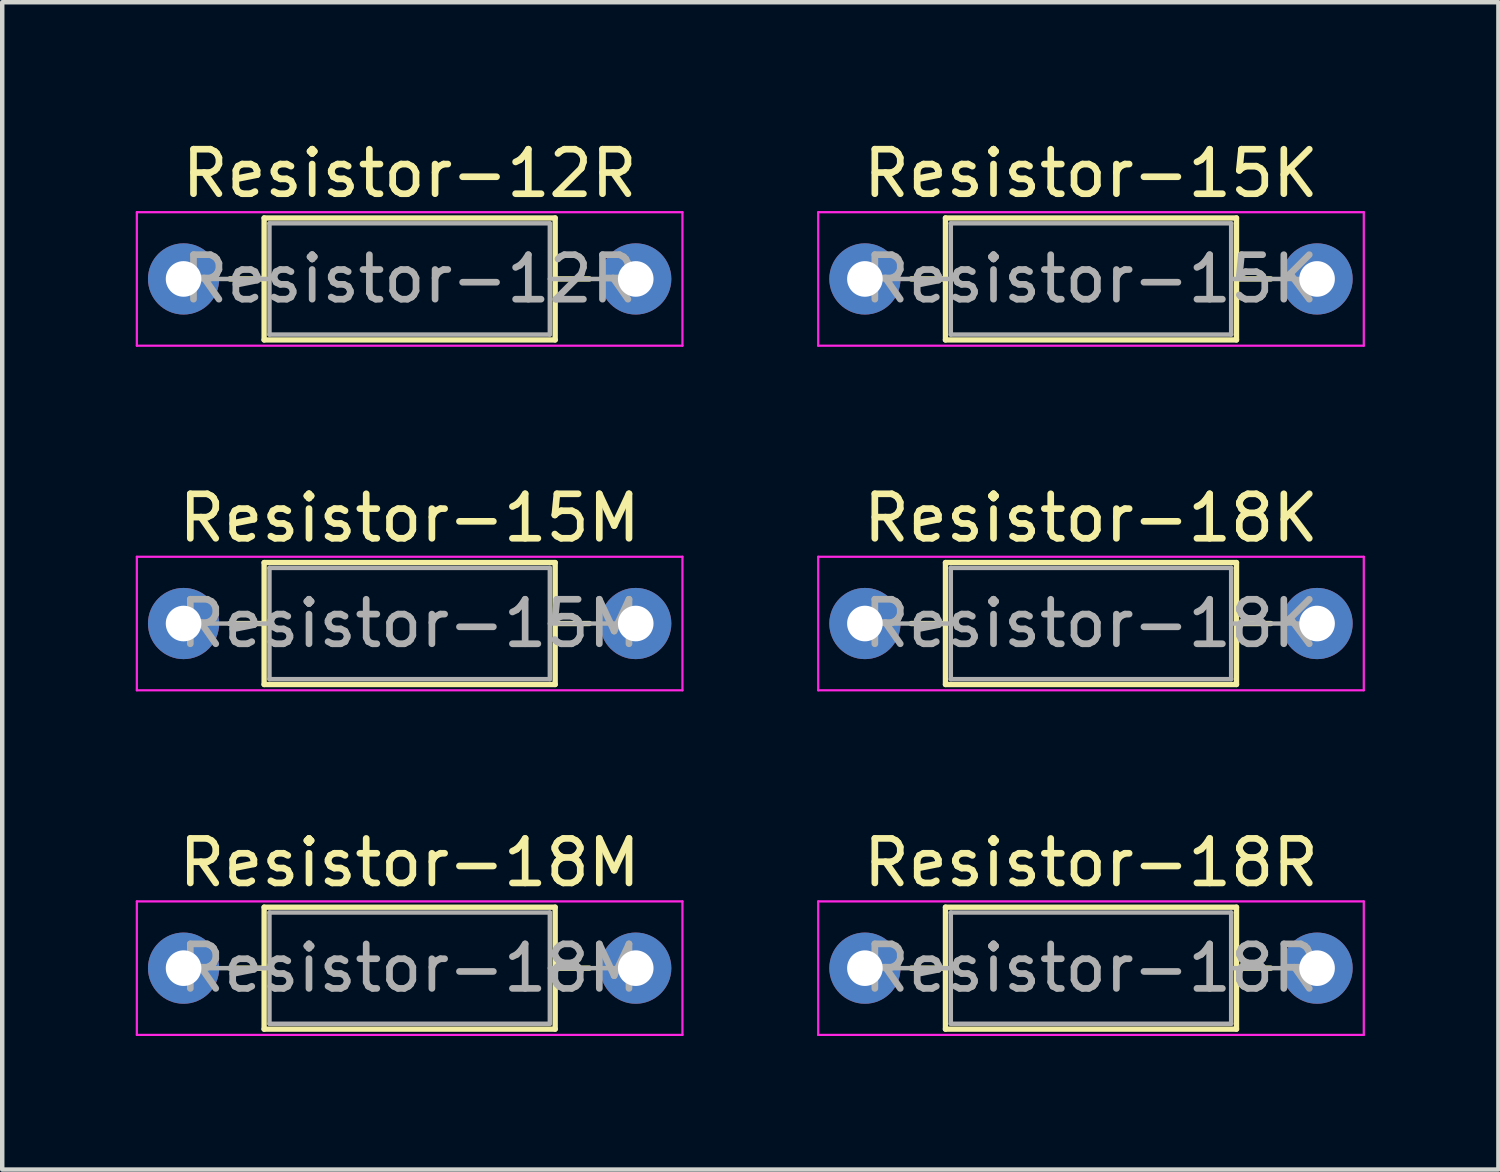
<source format=kicad_pcb>
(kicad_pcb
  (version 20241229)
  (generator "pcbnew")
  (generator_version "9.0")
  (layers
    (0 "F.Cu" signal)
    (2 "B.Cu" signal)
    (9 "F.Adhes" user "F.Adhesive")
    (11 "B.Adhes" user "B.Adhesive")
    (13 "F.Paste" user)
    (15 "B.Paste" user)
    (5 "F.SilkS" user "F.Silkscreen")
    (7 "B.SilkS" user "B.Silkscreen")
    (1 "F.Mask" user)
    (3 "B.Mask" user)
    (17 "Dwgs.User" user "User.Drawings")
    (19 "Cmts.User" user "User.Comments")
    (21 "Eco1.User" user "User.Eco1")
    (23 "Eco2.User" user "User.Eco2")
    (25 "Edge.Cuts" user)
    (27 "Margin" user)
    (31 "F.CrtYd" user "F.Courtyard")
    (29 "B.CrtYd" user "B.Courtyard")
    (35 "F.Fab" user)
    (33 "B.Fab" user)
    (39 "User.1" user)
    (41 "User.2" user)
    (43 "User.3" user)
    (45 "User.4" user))
  (footprint "Resistor-18K"
    (layer "F.Cu")
    (at 21.465 10.961)
    (property "Reference" "Resistor-18K" (at 0 -2.37 0) (layer "F.SilkS") (effects (font (size 1 1) (thickness 0.15))))
    (attr through_hole)
    (fp_line (start -4.04 0) (end -3.27 0) (stroke (width 0.12) (type solid)) (layer "F.SilkS"))
    (fp_line (start -3.27 -1.37) (end -3.27 1.37) (stroke (width 0.12) (type solid)) (layer "F.SilkS"))
    (fp_line (start -3.27 1.37) (end 3.27 1.37) (stroke (width 0.12) (type solid)) (layer "F.SilkS"))
    (fp_line (start 3.27 -1.37) (end -3.27 -1.37) (stroke (width 0.12) (type solid)) (layer "F.SilkS"))
    (fp_line (start 3.27 1.37) (end 3.27 -1.37) (stroke (width 0.12) (type solid)) (layer "F.SilkS"))
    (fp_line (start 4.04 0) (end 3.27 0) (stroke (width 0.12) (type solid)) (layer "F.SilkS"))
    (fp_line (start -6.13 -1.5) (end -6.13 1.5) (stroke (width 0.05) (type solid)) (layer "F.CrtYd"))
    (fp_line (start -6.13 1.5) (end 6.13 1.5) (stroke (width 0.05) (type solid)) (layer "F.CrtYd"))
    (fp_line (start 6.13 -1.5) (end -6.13 -1.5) (stroke (width 0.05) (type solid)) (layer "F.CrtYd"))
    (fp_line (start 6.13 1.5) (end 6.13 -1.5) (stroke (width 0.05) (type solid)) (layer "F.CrtYd"))
    (fp_line (start -5.08 0) (end -3.15 0) (stroke (width 0.1) (type solid)) (layer "F.Fab"))
    (fp_line (start -3.15 -1.25) (end -3.15 1.25) (stroke (width 0.1) (type solid)) (layer "F.Fab"))
    (fp_line (start -3.15 1.25) (end 3.15 1.25) (stroke (width 0.1) (type solid)) (layer "F.Fab"))
    (fp_line (start 3.15 -1.25) (end -3.15 -1.25) (stroke (width 0.1) (type solid)) (layer "F.Fab"))
    (fp_line (start 3.15 1.25) (end 3.15 -1.25) (stroke (width 0.1) (type solid)) (layer "F.Fab"))
    (fp_line (start 5.08 0) (end 3.15 0) (stroke (width 0.1) (type solid)) (layer "F.Fab"))
    (fp_text user "${REFERENCE}" (at 0 0 0) (layer "F.Fab") (effects (font (size 1 1) (thickness 0.15))))
    (pad "1" thru_hole circle (at -5.08 0) (size 1.6 1.6) (drill 0.8) (layers "*.Cu" "*.Mask"))
    (pad "2" thru_hole oval (at 5.08 0) (size 1.6 1.6) (drill 0.8) (layers "*.Cu" "*.Mask")))
  (footprint "Resistor-18R"
    (layer "F.Cu")
    (at 21.465 18.705)
    (property "Reference" "Resistor-18R" (at 0 -2.37 0) (layer "F.SilkS") (effects (font (size 1 1) (thickness 0.15))))
    (attr through_hole)
    (fp_line (start -4.04 0) (end -3.27 0) (stroke (width 0.12) (type solid)) (layer "F.SilkS"))
    (fp_line (start -3.27 -1.37) (end -3.27 1.37) (stroke (width 0.12) (type solid)) (layer "F.SilkS"))
    (fp_line (start -3.27 1.37) (end 3.27 1.37) (stroke (width 0.12) (type solid)) (layer "F.SilkS"))
    (fp_line (start 3.27 -1.37) (end -3.27 -1.37) (stroke (width 0.12) (type solid)) (layer "F.SilkS"))
    (fp_line (start 3.27 1.37) (end 3.27 -1.37) (stroke (width 0.12) (type solid)) (layer "F.SilkS"))
    (fp_line (start 4.04 0) (end 3.27 0) (stroke (width 0.12) (type solid)) (layer "F.SilkS"))
    (fp_line (start -6.13 -1.5) (end -6.13 1.5) (stroke (width 0.05) (type solid)) (layer "F.CrtYd"))
    (fp_line (start -6.13 1.5) (end 6.13 1.5) (stroke (width 0.05) (type solid)) (layer "F.CrtYd"))
    (fp_line (start 6.13 -1.5) (end -6.13 -1.5) (stroke (width 0.05) (type solid)) (layer "F.CrtYd"))
    (fp_line (start 6.13 1.5) (end 6.13 -1.5) (stroke (width 0.05) (type solid)) (layer "F.CrtYd"))
    (fp_line (start -5.08 0) (end -3.15 0) (stroke (width 0.1) (type solid)) (layer "F.Fab"))
    (fp_line (start -3.15 -1.25) (end -3.15 1.25) (stroke (width 0.1) (type solid)) (layer "F.Fab"))
    (fp_line (start -3.15 1.25) (end 3.15 1.25) (stroke (width 0.1) (type solid)) (layer "F.Fab"))
    (fp_line (start 3.15 -1.25) (end -3.15 -1.25) (stroke (width 0.1) (type solid)) (layer "F.Fab"))
    (fp_line (start 3.15 1.25) (end 3.15 -1.25) (stroke (width 0.1) (type solid)) (layer "F.Fab"))
    (fp_line (start 5.08 0) (end 3.15 0) (stroke (width 0.1) (type solid)) (layer "F.Fab"))
    (fp_text user "${REFERENCE}" (at 0 0 0) (layer "F.Fab") (effects (font (size 1 1) (thickness 0.15))))
    (pad "1" thru_hole circle (at -5.08 0) (size 1.6 1.6) (drill 0.8) (layers "*.Cu" "*.Mask"))
    (pad "2" thru_hole oval (at 5.08 0) (size 1.6 1.6) (drill 0.8) (layers "*.Cu" "*.Mask")))
  (footprint "Resistor-15M"
    (layer "F.Cu")
    (at 6.155 10.961)
    (property "Reference" "Resistor-15M" (at 0 -2.37 0) (layer "F.SilkS") (effects (font (size 1 1) (thickness 0.15))))
    (attr through_hole)
    (fp_line (start -4.04 0) (end -3.27 0) (stroke (width 0.12) (type solid)) (layer "F.SilkS"))
    (fp_line (start -3.27 -1.37) (end -3.27 1.37) (stroke (width 0.12) (type solid)) (layer "F.SilkS"))
    (fp_line (start -3.27 1.37) (end 3.27 1.37) (stroke (width 0.12) (type solid)) (layer "F.SilkS"))
    (fp_line (start 3.27 -1.37) (end -3.27 -1.37) (stroke (width 0.12) (type solid)) (layer "F.SilkS"))
    (fp_line (start 3.27 1.37) (end 3.27 -1.37) (stroke (width 0.12) (type solid)) (layer "F.SilkS"))
    (fp_line (start 4.04 0) (end 3.27 0) (stroke (width 0.12) (type solid)) (layer "F.SilkS"))
    (fp_line (start -6.13 -1.5) (end -6.13 1.5) (stroke (width 0.05) (type solid)) (layer "F.CrtYd"))
    (fp_line (start -6.13 1.5) (end 6.13 1.5) (stroke (width 0.05) (type solid)) (layer "F.CrtYd"))
    (fp_line (start 6.13 -1.5) (end -6.13 -1.5) (stroke (width 0.05) (type solid)) (layer "F.CrtYd"))
    (fp_line (start 6.13 1.5) (end 6.13 -1.5) (stroke (width 0.05) (type solid)) (layer "F.CrtYd"))
    (fp_line (start -5.08 0) (end -3.15 0) (stroke (width 0.1) (type solid)) (layer "F.Fab"))
    (fp_line (start -3.15 -1.25) (end -3.15 1.25) (stroke (width 0.1) (type solid)) (layer "F.Fab"))
    (fp_line (start -3.15 1.25) (end 3.15 1.25) (stroke (width 0.1) (type solid)) (layer "F.Fab"))
    (fp_line (start 3.15 -1.25) (end -3.15 -1.25) (stroke (width 0.1) (type solid)) (layer "F.Fab"))
    (fp_line (start 3.15 1.25) (end 3.15 -1.25) (stroke (width 0.1) (type solid)) (layer "F.Fab"))
    (fp_line (start 5.08 0) (end 3.15 0) (stroke (width 0.1) (type solid)) (layer "F.Fab"))
    (fp_text user "${REFERENCE}" (at 0 0 0) (layer "F.Fab") (effects (font (size 1 1) (thickness 0.15))))
    (pad "1" thru_hole circle (at -5.08 0) (size 1.6 1.6) (drill 0.8) (layers "*.Cu" "*.Mask"))
    (pad "2" thru_hole oval (at 5.08 0) (size 1.6 1.6) (drill 0.8) (layers "*.Cu" "*.Mask")))
  (footprint "Resistor-18M"
    (layer "F.Cu")
    (at 6.155 18.705)
    (property "Reference" "Resistor-18M" (at 0 -2.37 0) (layer "F.SilkS") (effects (font (size 1 1) (thickness 0.15))))
    (attr through_hole)
    (fp_line (start -4.04 0) (end -3.27 0) (stroke (width 0.12) (type solid)) (layer "F.SilkS"))
    (fp_line (start -3.27 -1.37) (end -3.27 1.37) (stroke (width 0.12) (type solid)) (layer "F.SilkS"))
    (fp_line (start -3.27 1.37) (end 3.27 1.37) (stroke (width 0.12) (type solid)) (layer "F.SilkS"))
    (fp_line (start 3.27 -1.37) (end -3.27 -1.37) (stroke (width 0.12) (type solid)) (layer "F.SilkS"))
    (fp_line (start 3.27 1.37) (end 3.27 -1.37) (stroke (width 0.12) (type solid)) (layer "F.SilkS"))
    (fp_line (start 4.04 0) (end 3.27 0) (stroke (width 0.12) (type solid)) (layer "F.SilkS"))
    (fp_line (start -6.13 -1.5) (end -6.13 1.5) (stroke (width 0.05) (type solid)) (layer "F.CrtYd"))
    (fp_line (start -6.13 1.5) (end 6.13 1.5) (stroke (width 0.05) (type solid)) (layer "F.CrtYd"))
    (fp_line (start 6.13 -1.5) (end -6.13 -1.5) (stroke (width 0.05) (type solid)) (layer "F.CrtYd"))
    (fp_line (start 6.13 1.5) (end 6.13 -1.5) (stroke (width 0.05) (type solid)) (layer "F.CrtYd"))
    (fp_line (start -5.08 0) (end -3.15 0) (stroke (width 0.1) (type solid)) (layer "F.Fab"))
    (fp_line (start -3.15 -1.25) (end -3.15 1.25) (stroke (width 0.1) (type solid)) (layer "F.Fab"))
    (fp_line (start -3.15 1.25) (end 3.15 1.25) (stroke (width 0.1) (type solid)) (layer "F.Fab"))
    (fp_line (start 3.15 -1.25) (end -3.15 -1.25) (stroke (width 0.1) (type solid)) (layer "F.Fab"))
    (fp_line (start 3.15 1.25) (end 3.15 -1.25) (stroke (width 0.1) (type solid)) (layer "F.Fab"))
    (fp_line (start 5.08 0) (end 3.15 0) (stroke (width 0.1) (type solid)) (layer "F.Fab"))
    (fp_text user "${REFERENCE}" (at 0 0 0) (layer "F.Fab") (effects (font (size 1 1) (thickness 0.15))))
    (pad "1" thru_hole circle (at -5.08 0) (size 1.6 1.6) (drill 0.8) (layers "*.Cu" "*.Mask"))
    (pad "2" thru_hole oval (at 5.08 0) (size 1.6 1.6) (drill 0.8) (layers "*.Cu" "*.Mask")))
  (footprint "Resistor-15K"
    (layer "F.Cu")
    (at 21.465 3.218)
    (property "Reference" "Resistor-15K" (at 0 -2.37 0) (layer "F.SilkS") (effects (font (size 1 1) (thickness 0.15))))
    (attr through_hole)
    (fp_line (start -4.04 0) (end -3.27 0) (stroke (width 0.12) (type solid)) (layer "F.SilkS"))
    (fp_line (start -3.27 -1.37) (end -3.27 1.37) (stroke (width 0.12) (type solid)) (layer "F.SilkS"))
    (fp_line (start -3.27 1.37) (end 3.27 1.37) (stroke (width 0.12) (type solid)) (layer "F.SilkS"))
    (fp_line (start 3.27 -1.37) (end -3.27 -1.37) (stroke (width 0.12) (type solid)) (layer "F.SilkS"))
    (fp_line (start 3.27 1.37) (end 3.27 -1.37) (stroke (width 0.12) (type solid)) (layer "F.SilkS"))
    (fp_line (start 4.04 0) (end 3.27 0) (stroke (width 0.12) (type solid)) (layer "F.SilkS"))
    (fp_line (start -6.13 -1.5) (end -6.13 1.5) (stroke (width 0.05) (type solid)) (layer "F.CrtYd"))
    (fp_line (start -6.13 1.5) (end 6.13 1.5) (stroke (width 0.05) (type solid)) (layer "F.CrtYd"))
    (fp_line (start 6.13 -1.5) (end -6.13 -1.5) (stroke (width 0.05) (type solid)) (layer "F.CrtYd"))
    (fp_line (start 6.13 1.5) (end 6.13 -1.5) (stroke (width 0.05) (type solid)) (layer "F.CrtYd"))
    (fp_line (start -5.08 0) (end -3.15 0) (stroke (width 0.1) (type solid)) (layer "F.Fab"))
    (fp_line (start -3.15 -1.25) (end -3.15 1.25) (stroke (width 0.1) (type solid)) (layer "F.Fab"))
    (fp_line (start -3.15 1.25) (end 3.15 1.25) (stroke (width 0.1) (type solid)) (layer "F.Fab"))
    (fp_line (start 3.15 -1.25) (end -3.15 -1.25) (stroke (width 0.1) (type solid)) (layer "F.Fab"))
    (fp_line (start 3.15 1.25) (end 3.15 -1.25) (stroke (width 0.1) (type solid)) (layer "F.Fab"))
    (fp_line (start 5.08 0) (end 3.15 0) (stroke (width 0.1) (type solid)) (layer "F.Fab"))
    (fp_text user "${REFERENCE}" (at 0 0 0) (layer "F.Fab") (effects (font (size 1 1) (thickness 0.15))))
    (pad "1" thru_hole circle (at -5.08 0) (size 1.6 1.6) (drill 0.8) (layers "*.Cu" "*.Mask"))
    (pad "2" thru_hole oval (at 5.08 0) (size 1.6 1.6) (drill 0.8) (layers "*.Cu" "*.Mask")))
  (footprint "Resistor-12R"
    (layer "F.Cu")
    (at 6.155 3.218)
    (property "Reference" "Resistor-12R" (at 0 -2.37 0) (layer "F.SilkS") (effects (font (size 1 1) (thickness 0.15))))
    (attr through_hole)
    (fp_line (start -4.04 0) (end -3.27 0) (stroke (width 0.12) (type solid)) (layer "F.SilkS"))
    (fp_line (start -3.27 -1.37) (end -3.27 1.37) (stroke (width 0.12) (type solid)) (layer "F.SilkS"))
    (fp_line (start -3.27 1.37) (end 3.27 1.37) (stroke (width 0.12) (type solid)) (layer "F.SilkS"))
    (fp_line (start 3.27 -1.37) (end -3.27 -1.37) (stroke (width 0.12) (type solid)) (layer "F.SilkS"))
    (fp_line (start 3.27 1.37) (end 3.27 -1.37) (stroke (width 0.12) (type solid)) (layer "F.SilkS"))
    (fp_line (start 4.04 0) (end 3.27 0) (stroke (width 0.12) (type solid)) (layer "F.SilkS"))
    (fp_line (start -6.13 -1.5) (end -6.13 1.5) (stroke (width 0.05) (type solid)) (layer "F.CrtYd"))
    (fp_line (start -6.13 1.5) (end 6.13 1.5) (stroke (width 0.05) (type solid)) (layer "F.CrtYd"))
    (fp_line (start 6.13 -1.5) (end -6.13 -1.5) (stroke (width 0.05) (type solid)) (layer "F.CrtYd"))
    (fp_line (start 6.13 1.5) (end 6.13 -1.5) (stroke (width 0.05) (type solid)) (layer "F.CrtYd"))
    (fp_line (start -5.08 0) (end -3.15 0) (stroke (width 0.1) (type solid)) (layer "F.Fab"))
    (fp_line (start -3.15 -1.25) (end -3.15 1.25) (stroke (width 0.1) (type solid)) (layer "F.Fab"))
    (fp_line (start -3.15 1.25) (end 3.15 1.25) (stroke (width 0.1) (type solid)) (layer "F.Fab"))
    (fp_line (start 3.15 -1.25) (end -3.15 -1.25) (stroke (width 0.1) (type solid)) (layer "F.Fab"))
    (fp_line (start 3.15 1.25) (end 3.15 -1.25) (stroke (width 0.1) (type solid)) (layer "F.Fab"))
    (fp_line (start 5.08 0) (end 3.15 0) (stroke (width 0.1) (type solid)) (layer "F.Fab"))
    (fp_text user "${REFERENCE}" (at 0 0 0) (layer "F.Fab") (effects (font (size 1 1) (thickness 0.15))))
    (pad "1" thru_hole circle (at -5.08 0) (size 1.6 1.6) (drill 0.8) (layers "*.Cu" "*.Mask"))
    (pad "2" thru_hole oval (at 5.08 0) (size 1.6 1.6) (drill 0.8) (layers "*.Cu" "*.Mask")))
  (gr_rect
    (start -3 -3)
    (end 30.62 23.23)
    (stroke (width 0.1) (type default))
    (fill no)
    (layer "Edge.Cuts")))
</source>
